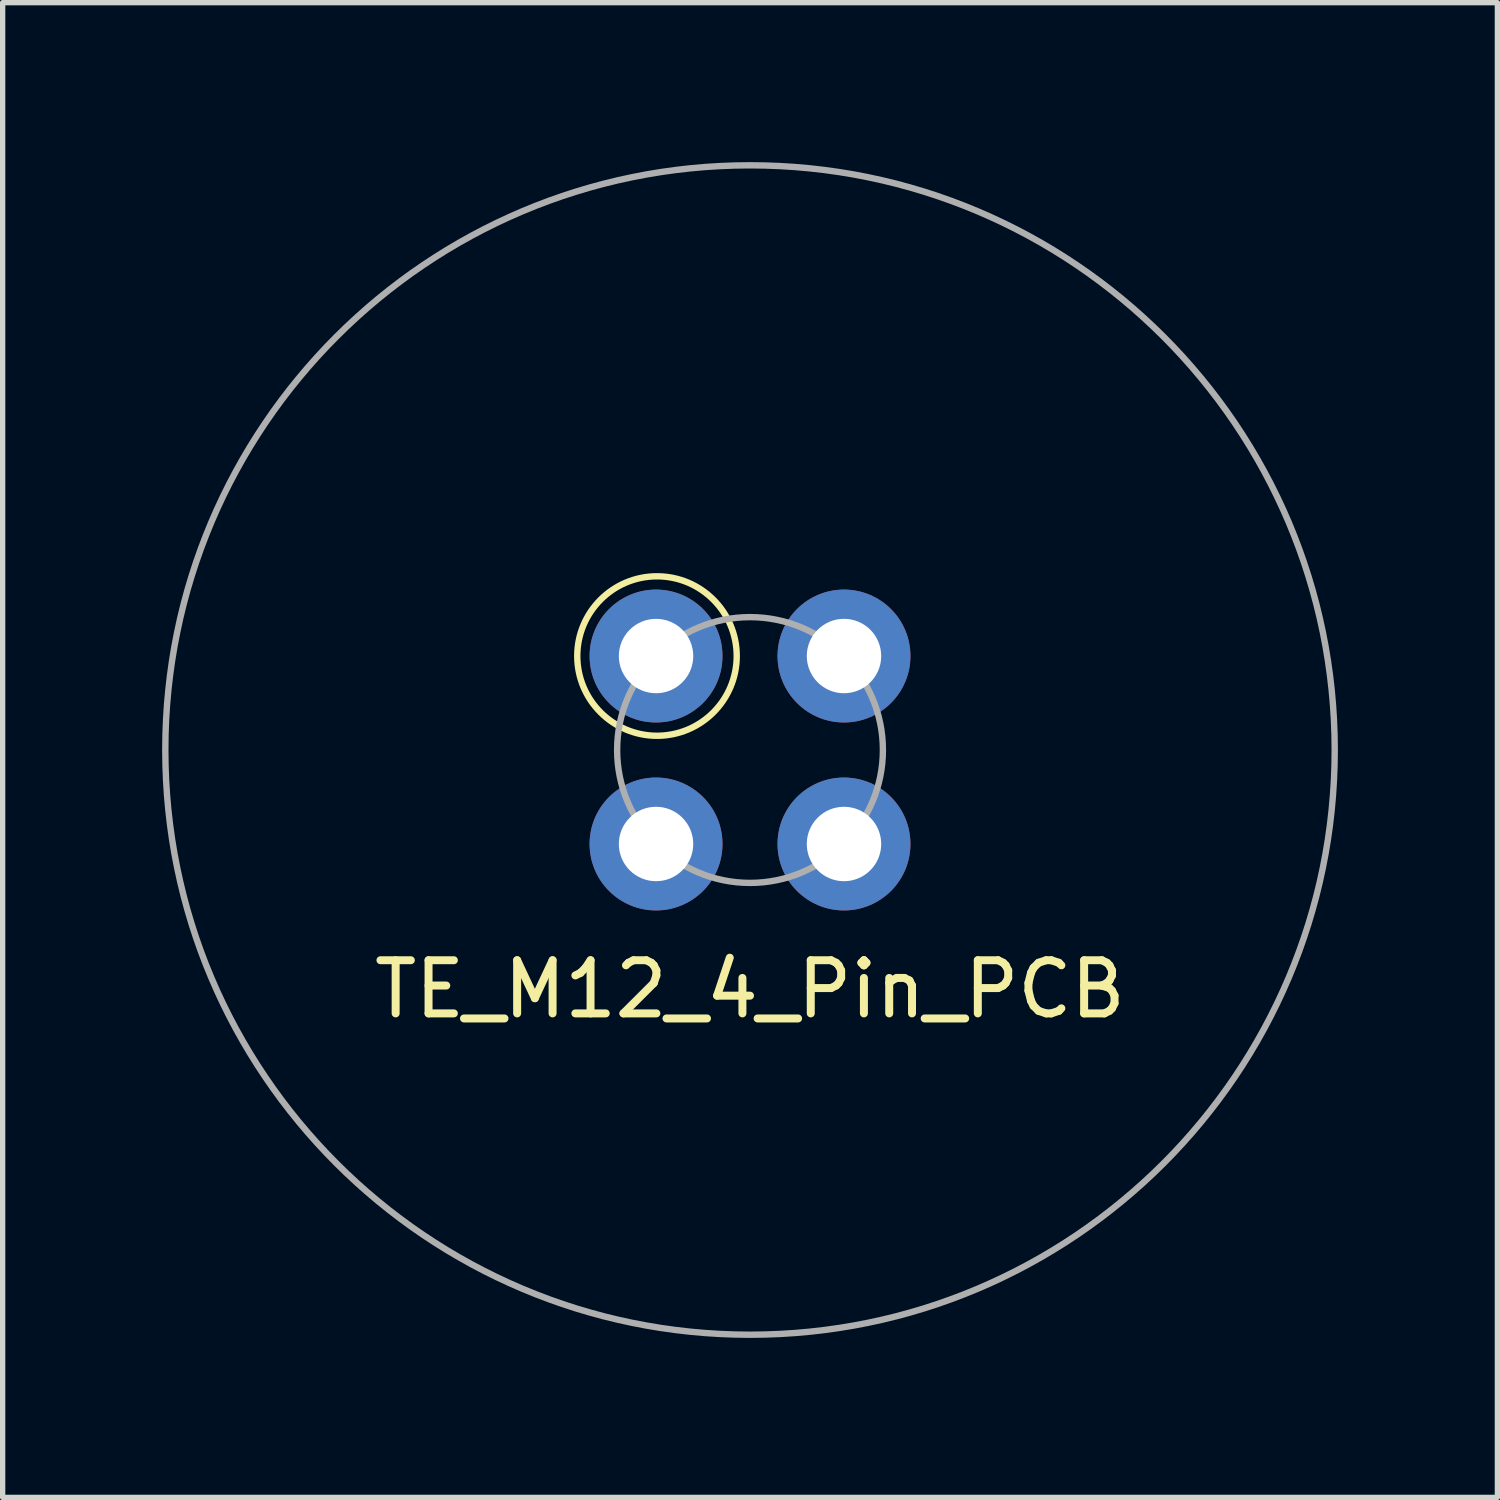
<source format=kicad_pcb>
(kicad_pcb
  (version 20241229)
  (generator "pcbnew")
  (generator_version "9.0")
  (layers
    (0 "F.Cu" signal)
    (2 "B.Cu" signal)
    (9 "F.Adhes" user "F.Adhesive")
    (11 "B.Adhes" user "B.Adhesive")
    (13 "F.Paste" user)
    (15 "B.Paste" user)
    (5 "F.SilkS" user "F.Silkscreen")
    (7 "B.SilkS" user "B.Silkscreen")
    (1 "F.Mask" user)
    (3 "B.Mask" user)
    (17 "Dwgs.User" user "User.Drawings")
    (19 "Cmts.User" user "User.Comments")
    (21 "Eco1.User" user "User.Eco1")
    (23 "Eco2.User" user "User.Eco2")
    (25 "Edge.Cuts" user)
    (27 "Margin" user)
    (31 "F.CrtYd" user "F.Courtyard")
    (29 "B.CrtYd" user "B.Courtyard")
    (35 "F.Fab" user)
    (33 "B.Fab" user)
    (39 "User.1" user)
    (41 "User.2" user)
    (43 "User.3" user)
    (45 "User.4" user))
  (footprint "TE_M12_4_Pin_PCB"
    (layer "F.Cu")
    (at 11.06 11.06)
    (property "Reference" "TE_M12_4_Pin_PCB" (at 0 4.5 0) (layer "F.SilkS") (effects (font (size 1 1) (thickness 0.15))))
    (attr through_hole)
    (fp_circle (center -1.75 -1.768) (end -0.25 -1.768) (stroke (width 0.12) (type solid)) (fill no) (layer "F.SilkS"))
    (fp_circle (center 0 0) (end 2.5 0) (stroke (width 0.12) (type solid)) (fill no) (layer "F.Fab"))
    (fp_circle (center 0 0) (end 11 0) (stroke (width 0.12) (type solid)) (fill no) (layer "F.Fab"))
    (pad "1" thru_hole circle (at -1.768 -1.768 270) (size 2.5 2.5) (drill 1.4) (layers "*.Cu" "*.Mask"))
    (pad "2" thru_hole circle (at 1.768 -1.768 270) (size 2.5 2.5) (drill 1.4) (layers "*.Cu" "*.Mask"))
    (pad "3" thru_hole circle (at 1.768 1.768 270) (size 2.5 2.5) (drill 1.4) (layers "*.Cu" "*.Mask"))
    (pad "4" thru_hole circle (at -1.768 1.768 270) (size 2.5 2.5) (drill 1.4) (layers "*.Cu" "*.Mask")))
  (gr_rect
    (start -3 -3)
    (end 25.12 25.12)
    (stroke (width 0.1) (type default))
    (fill no)
    (layer "Edge.Cuts")))
</source>
